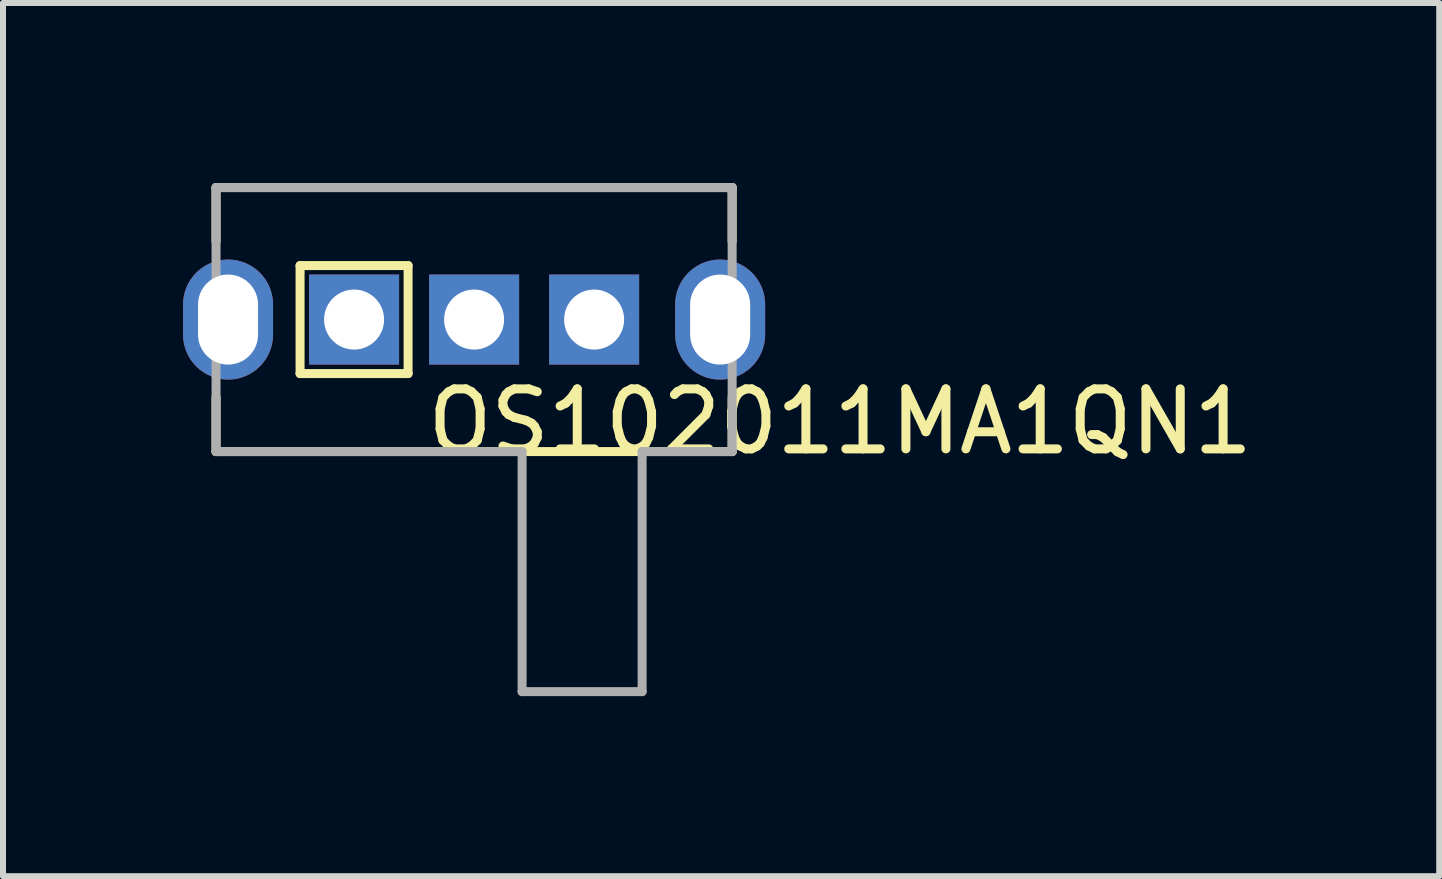
<source format=kicad_pcb>
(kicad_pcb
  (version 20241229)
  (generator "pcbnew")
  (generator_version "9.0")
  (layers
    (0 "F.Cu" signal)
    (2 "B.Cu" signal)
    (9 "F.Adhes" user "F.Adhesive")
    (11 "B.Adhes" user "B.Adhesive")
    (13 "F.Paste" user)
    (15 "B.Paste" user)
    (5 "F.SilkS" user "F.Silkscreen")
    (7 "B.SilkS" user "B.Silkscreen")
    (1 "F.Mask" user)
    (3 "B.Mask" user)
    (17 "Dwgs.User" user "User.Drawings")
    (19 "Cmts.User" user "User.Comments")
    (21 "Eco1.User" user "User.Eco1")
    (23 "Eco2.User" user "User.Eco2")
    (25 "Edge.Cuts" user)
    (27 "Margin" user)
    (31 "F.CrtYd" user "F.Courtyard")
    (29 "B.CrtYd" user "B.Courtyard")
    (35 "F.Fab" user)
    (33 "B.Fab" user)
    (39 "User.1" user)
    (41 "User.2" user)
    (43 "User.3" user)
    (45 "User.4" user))
  (footprint "OS102011MA1QN1"
    (layer "F.Cu")
    (at 4.85 2.275)
    (property "Reference" "OS102011MA1QN1" (at 6.1 1.7 0) (layer "F.SilkS") (effects (font (size 1 1) (thickness 0.15))))
    (attr through_hole)
    (fp_line (start -4.3 -2.2) (end -4.3 -1.3) (stroke (width 0.15) (type solid)) (layer "F.SilkS"))
    (fp_line (start -4.3 2.2) (end -4.3 1.3) (stroke (width 0.15) (type solid)) (layer "F.SilkS"))
    (fp_line (start -4.3 2.2) (end 4.2 2.2) (stroke (width 0.15) (type solid)) (layer "F.SilkS"))
    (fp_line (start -2.9 -0.9) (end -1.1 -0.9) (stroke (width 0.15) (type solid)) (layer "F.SilkS"))
    (fp_line (start -2.9 0.9) (end -2.9 -0.9) (stroke (width 0.15) (type solid)) (layer "F.SilkS"))
    (fp_line (start -1.1 -0.9) (end -1.1 0.9) (stroke (width 0.15) (type solid)) (layer "F.SilkS"))
    (fp_line (start -1.1 0.9) (end -2.9 0.9) (stroke (width 0.15) (type solid)) (layer "F.SilkS"))
    (fp_line (start 4.2 2.2) (end 4.3 2.2) (stroke (width 0.15) (type solid)) (layer "F.SilkS"))
    (fp_line (start 4.3 -2.2) (end -4.3 -2.2) (stroke (width 0.15) (type solid)) (layer "F.SilkS"))
    (fp_line (start 4.3 -2.2) (end 4.3 -1.3) (stroke (width 0.15) (type solid)) (layer "F.SilkS"))
    (fp_line (start 4.3 2.2) (end 4.3 1.3) (stroke (width 0.15) (type solid)) (layer "F.SilkS"))
    (fp_line (start -4.3 -2.2) (end 4.3 -2.2) (stroke (width 0.15) (type solid)) (layer "F.Fab"))
    (fp_line (start -4.3 2.2) (end -4.3 -2.2) (stroke (width 0.15) (type solid)) (layer "F.Fab"))
    (fp_line (start 0.8 2.2) (end -4.3 2.2) (stroke (width 0.15) (type solid)) (layer "F.Fab"))
    (fp_line (start 0.8 6.2) (end 0.8 2.2) (stroke (width 0.15) (type solid)) (layer "F.Fab"))
    (fp_line (start 2.8 2.2) (end 2.8 6.2) (stroke (width 0.15) (type solid)) (layer "F.Fab"))
    (fp_line (start 2.8 6.2) (end 0.8 6.2) (stroke (width 0.15) (type solid)) (layer "F.Fab"))
    (fp_line (start 4.3 -2.2) (end 4.3 2.2) (stroke (width 0.15) (type solid)) (layer "F.Fab"))
    (fp_line (start 4.3 2.2) (end 2.8 2.2) (stroke (width 0.15) (type solid)) (layer "F.Fab"))
    (pad "1" thru_hole rect (at -2 0) (size 1.5 1.5) (drill 1) (layers "*.Cu" "*.Mask"))
    (pad "2" thru_hole rect (at 0 0) (size 1.5 1.5) (drill 1) (layers "*.Cu" "*.Mask"))
    (pad "3" thru_hole rect (at 2 0) (size 1.5 1.5) (drill 1) (layers "*.Cu" "*.Mask"))
    (pad "4" thru_hole oval (at -4.1 0) (size 1.5 2) (drill oval 1 1.5) (layers "*.Cu" "*.Mask"))
    (pad "4" thru_hole oval (at 4.1 0) (size 1.5 2) (drill oval 1 1.5) (layers "*.Cu" "*.Mask")))
  (gr_rect
    (start -3 -3)
    (end 20.932 11.55)
    (stroke (width 0.1) (type default))
    (fill no)
    (layer "Edge.Cuts")))
</source>
